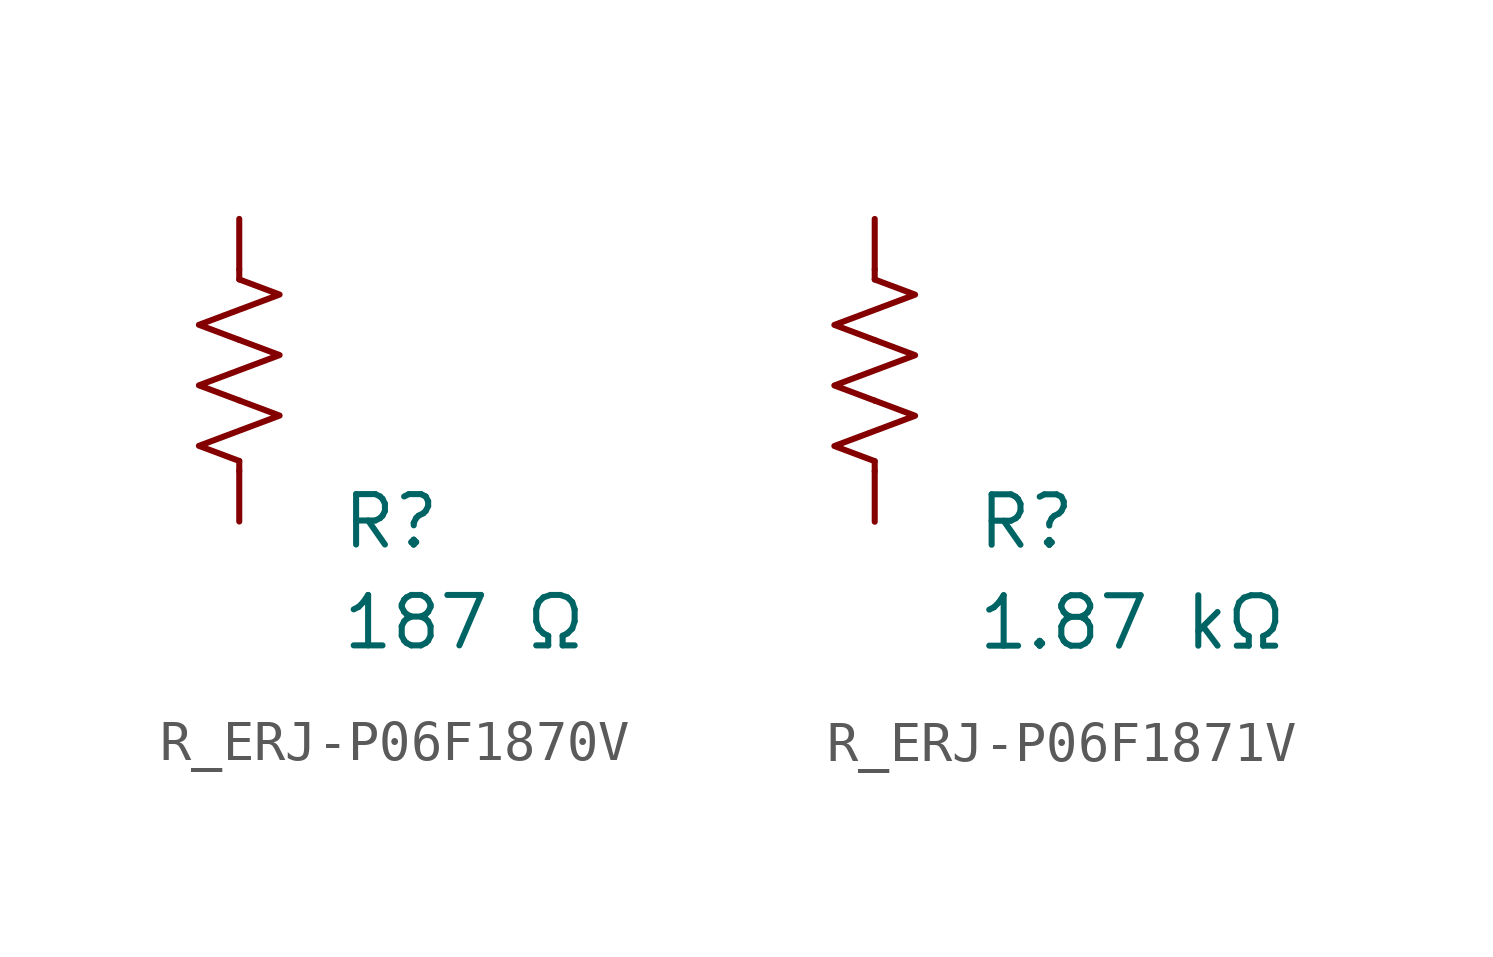
<source format=kicad_sym>
(kicad_symbol_lib
  (version 20231120)
  (generator "kicad_symbol_editor")
  (generator_version "8.0")
  (symbol "R_ERJ-P06F1870V"
    (pin_numbers hide)
    (pin_names
      (offset 0))
    (property "Reference" "R"
      (at 2.54 -3.81 0)
      (effects (font (size 1.27 1.27)) (justify left))
      (show_name no))
    (property "Value" "187 Ω"
      (at 2.54 -6.35 0)
      (effects (font (size 1.27 1.27)) (justify left))
      (show_name no))
    (symbol "R_ERJ-P06F1870V_0_1"
      (polyline (pts (xy 0 -2.286) (xy 0 -2.54)) (stroke (width 0) (type default)) (fill (type none)))
      (polyline (pts (xy 0 2.286) (xy 0 2.54)) (stroke (width 0) (type default)) (fill (type none)))
      (polyline (pts (xy 0 -0.762) (xy 1.016 -1.143) (xy 0 -1.524) (xy -1.016 -1.905) (xy 0 -2.286)) (stroke (width 0) (type default)) (fill (type none)))
      (polyline (pts (xy 0 0.762) (xy 1.016 0.381) (xy 0 0) (xy -1.016 -0.381) (xy 0 -0.762)) (stroke (width 0) (type default)) (fill (type none)))
      (polyline (pts (xy 0 2.286) (xy 1.016 1.905) (xy 0 1.524) (xy -1.016 1.143) (xy 0 0.762)) (stroke (width 0) (type default)) (fill (type none))))
    (symbol "R_ERJ-P06F1870V_1_1"
      (pin passive line (at 0 3.81 270) (length 1.27) (name "~" (effects (font (size 1.27 1.27)))) (number "1" (effects (font (size 1.27 1.27)))))
      (pin passive line (at 0 -3.81 90) (length 1.27) (name "~" (effects (font (size 1.27 1.27)))) (number "2" (effects (font (size 1.27 1.27)))))))
  (symbol "R_ERJ-P06F1871V"
    (pin_numbers hide)
    (pin_names
      (offset 0))
    (property "Reference" "R"
      (at 2.54 -3.81 0)
      (effects (font (size 1.27 1.27)) (justify left))
      (show_name no))
    (property "Value" "1.87 kΩ"
      (at 2.54 -6.35 0)
      (effects (font (size 1.27 1.27)) (justify left))
      (show_name no))
    (symbol "R_ERJ-P06F1871V_0_1"
      (polyline (pts (xy 0 -2.286) (xy 0 -2.54)) (stroke (width 0) (type default)) (fill (type none)))
      (polyline (pts (xy 0 2.286) (xy 0 2.54)) (stroke (width 0) (type default)) (fill (type none)))
      (polyline (pts (xy 0 -0.762) (xy 1.016 -1.143) (xy 0 -1.524) (xy -1.016 -1.905) (xy 0 -2.286)) (stroke (width 0) (type default)) (fill (type none)))
      (polyline (pts (xy 0 0.762) (xy 1.016 0.381) (xy 0 0) (xy -1.016 -0.381) (xy 0 -0.762)) (stroke (width 0) (type default)) (fill (type none)))
      (polyline (pts (xy 0 2.286) (xy 1.016 1.905) (xy 0 1.524) (xy -1.016 1.143) (xy 0 0.762)) (stroke (width 0) (type default)) (fill (type none))))
    (symbol "R_ERJ-P06F1871V_1_1"
      (pin passive line (at 0 3.81 270) (length 1.27) (name "~" (effects (font (size 1.27 1.27)))) (number "1" (effects (font (size 1.27 1.27)))))
      (pin passive line (at 0 -3.81 90) (length 1.27) (name "~" (effects (font (size 1.27 1.27)))) (number "2" (effects (font (size 1.27 1.27))))))))
</source>
